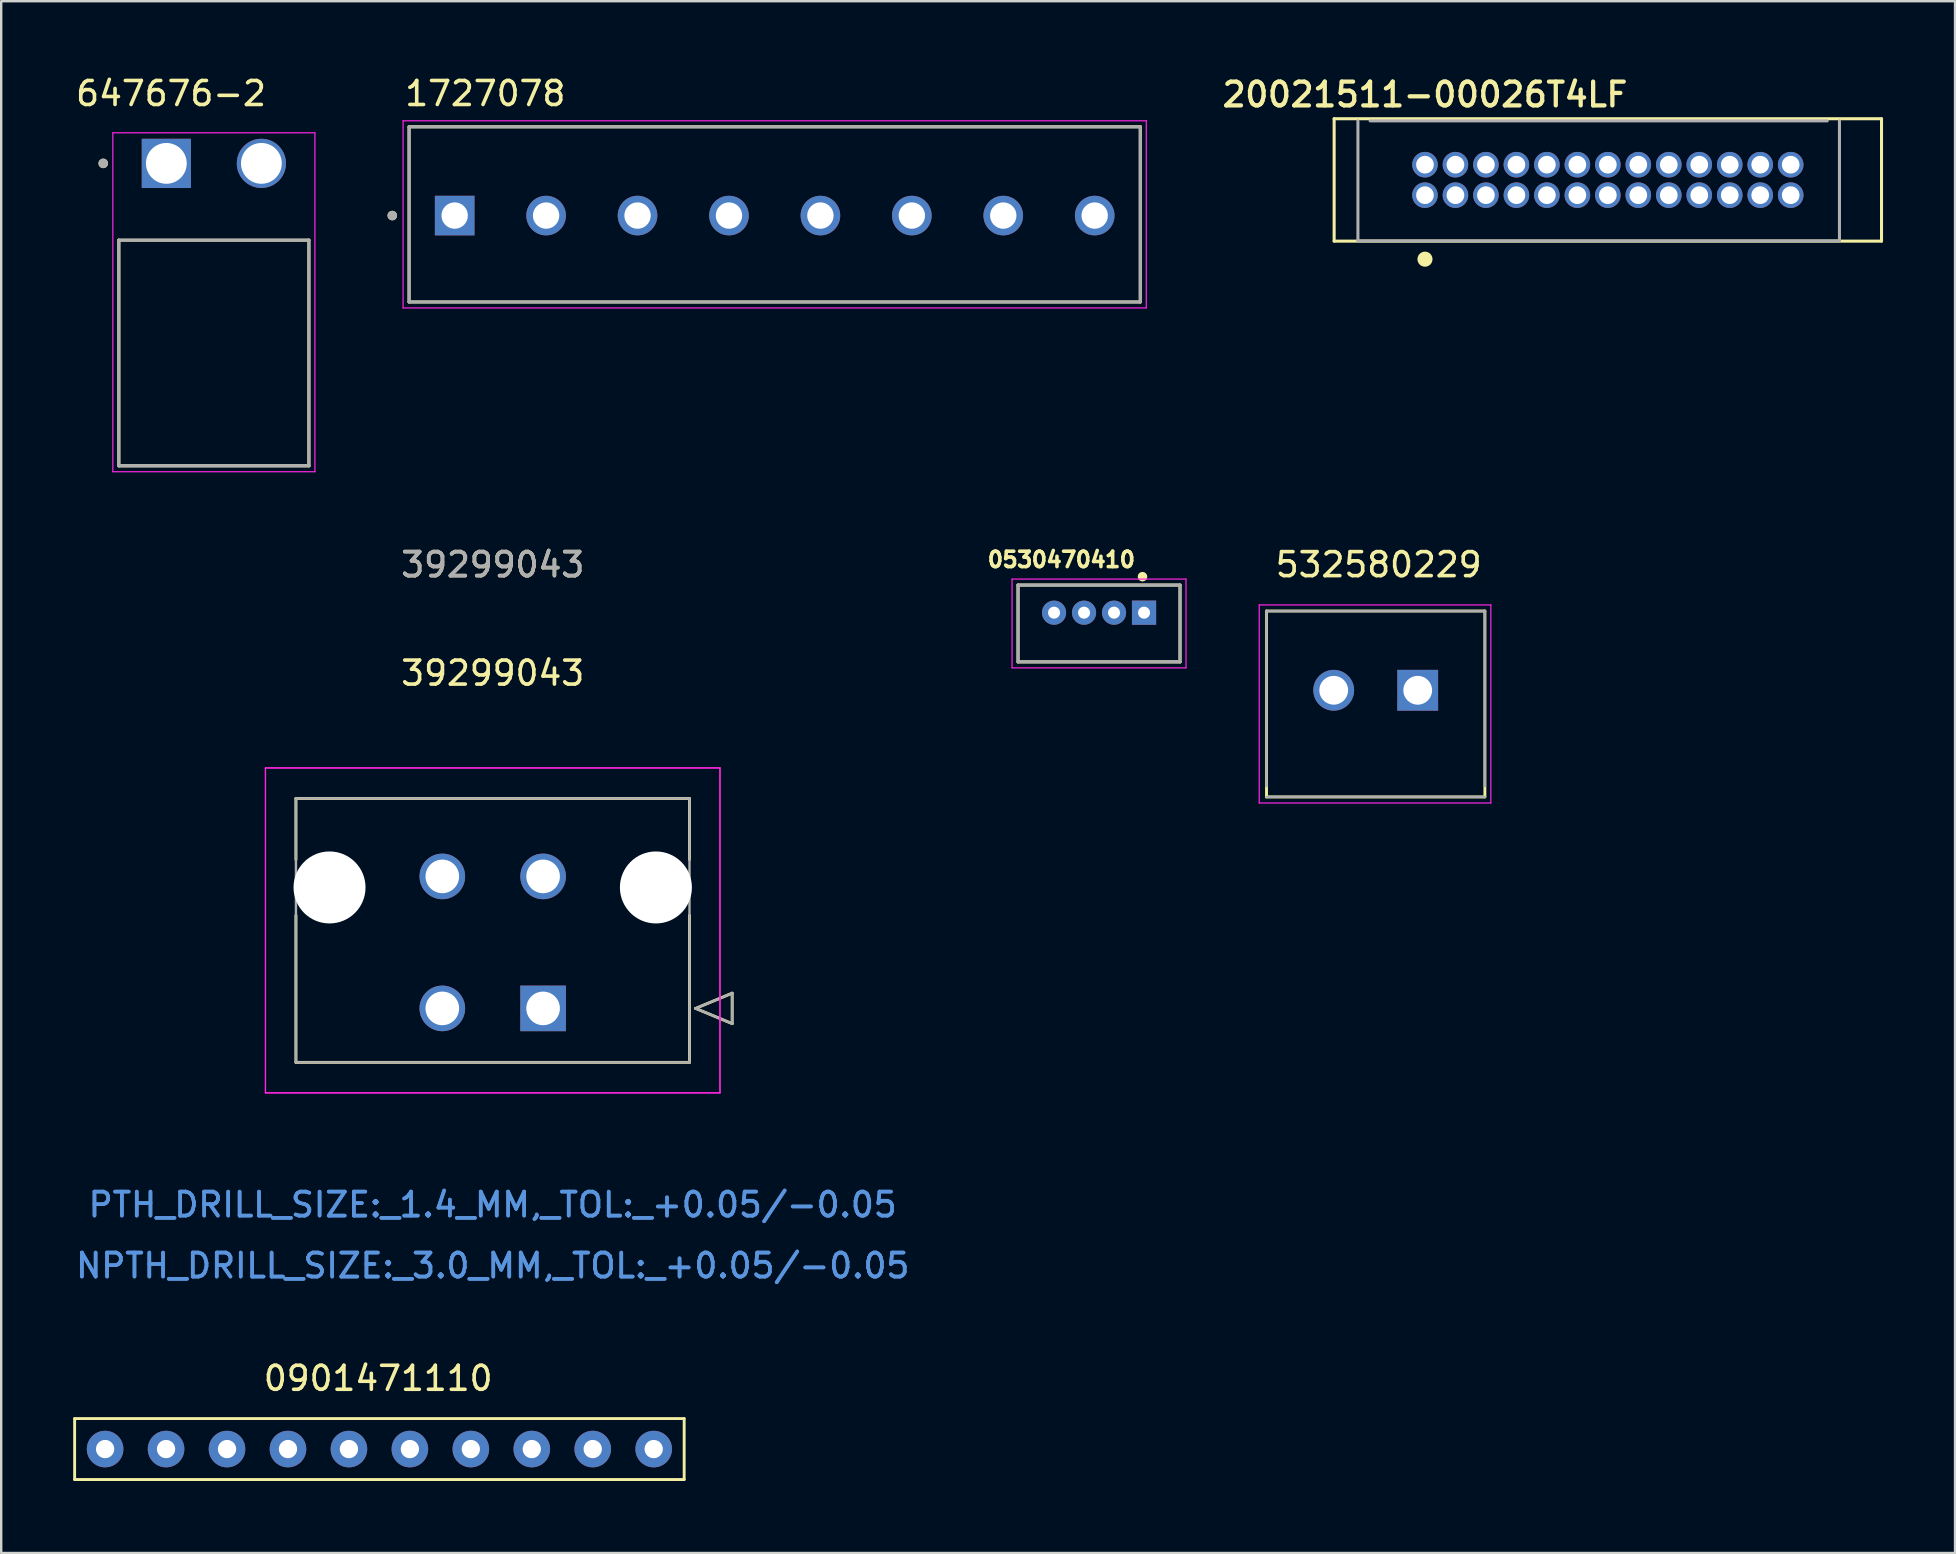
<source format=kicad_pcb>
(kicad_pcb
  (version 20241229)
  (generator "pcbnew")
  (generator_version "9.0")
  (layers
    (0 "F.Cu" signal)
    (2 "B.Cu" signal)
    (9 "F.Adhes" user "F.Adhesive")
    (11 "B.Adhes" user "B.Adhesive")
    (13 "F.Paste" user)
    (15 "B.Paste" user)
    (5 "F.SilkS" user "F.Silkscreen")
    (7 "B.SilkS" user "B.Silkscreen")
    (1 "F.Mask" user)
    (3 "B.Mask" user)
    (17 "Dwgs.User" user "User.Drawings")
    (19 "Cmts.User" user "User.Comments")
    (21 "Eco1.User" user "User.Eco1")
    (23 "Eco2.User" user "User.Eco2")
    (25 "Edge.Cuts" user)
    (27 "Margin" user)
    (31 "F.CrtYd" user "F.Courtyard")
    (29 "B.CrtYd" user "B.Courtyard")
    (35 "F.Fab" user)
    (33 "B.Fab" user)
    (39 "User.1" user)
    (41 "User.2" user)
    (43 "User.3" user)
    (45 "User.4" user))
  (footprint "20021511-00026T4LF"
    (layer "F.Cu")
    (at 63.95 4.448)
    (property "Reference" "20021511-00026T4LF" (at -7.62 -3.556 0) (layer "F.SilkS") (effects (font (size 0.991 0.991) (thickness 0.178))))
    (attr through_hole)
    (fp_line (start -11.405 -2.55) (end 11.405 -2.55) (stroke (width 0.127) (type solid)) (layer "F.SilkS"))
    (fp_line (start -11.405 2.55) (end -11.405 -2.55) (stroke (width 0.127) (type solid)) (layer "F.SilkS"))
    (fp_line (start 11.405 -2.55) (end 11.405 2.55) (stroke (width 0.127) (type solid)) (layer "F.SilkS"))
    (fp_line (start 11.405 2.55) (end -11.405 2.55) (stroke (width 0.127) (type solid)) (layer "F.SilkS"))
    (fp_circle (center -7.62 3.302) (end -7.366 3.302) (stroke (width 0.12) (type solid)) (fill yes) (layer "F.SilkS"))
    (fp_line (start -10.414 2.54) (end -10.414 -2.46) (stroke (width 0.127) (type solid)) (layer "F.Fab"))
    (fp_line (start -9.906 -2.46) (end 9.144 -2.46) (stroke (width 0.127) (type solid)) (layer "F.Fab"))
    (fp_line (start 9.652 -2.46) (end 9.652 2.54) (stroke (width 0.127) (type solid)) (layer "F.Fab"))
    (fp_line (start 9.652 2.54) (end -10.414 2.54) (stroke (width 0.127) (type solid)) (layer "F.Fab"))
    (pad "1" thru_hole circle (at -7.62 0.635) (size 1.067 1.067) (drill 0.737) (layers "*.Cu" "*.Mask"))
    (pad "2" thru_hole circle (at -7.62 -0.635) (size 1.067 1.067) (drill 0.737) (layers "*.Cu" "*.Mask"))
    (pad "3" thru_hole circle (at -6.35 0.635) (size 1.067 1.067) (drill 0.737) (layers "*.Cu" "*.Mask"))
    (pad "4" thru_hole circle (at -6.35 -0.635) (size 1.067 1.067) (drill 0.737) (layers "*.Cu" "*.Mask"))
    (pad "5" thru_hole circle (at -5.08 0.635) (size 1.067 1.067) (drill 0.737) (layers "*.Cu" "*.Mask"))
    (pad "6" thru_hole circle (at -5.08 -0.635) (size 1.067 1.067) (drill 0.737) (layers "*.Cu" "*.Mask"))
    (pad "7" thru_hole circle (at -3.81 0.635) (size 1.067 1.067) (drill 0.737) (layers "*.Cu" "*.Mask"))
    (pad "8" thru_hole circle (at -3.81 -0.635) (size 1.067 1.067) (drill 0.737) (layers "*.Cu" "*.Mask"))
    (pad "9" thru_hole circle (at -2.54 0.635) (size 1.067 1.067) (drill 0.737) (layers "*.Cu" "*.Mask"))
    (pad "10" thru_hole circle (at -2.54 -0.635) (size 1.067 1.067) (drill 0.737) (layers "*.Cu" "*.Mask"))
    (pad "11" thru_hole circle (at -1.27 0.635) (size 1.067 1.067) (drill 0.737) (layers "*.Cu" "*.Mask"))
    (pad "12" thru_hole circle (at -1.27 -0.635) (size 1.067 1.067) (drill 0.737) (layers "*.Cu" "*.Mask"))
    (pad "13" thru_hole circle (at 0 0.635) (size 1.067 1.067) (drill 0.737) (layers "*.Cu" "*.Mask"))
    (pad "14" thru_hole circle (at 0 -0.635) (size 1.067 1.067) (drill 0.737) (layers "*.Cu" "*.Mask"))
    (pad "15" thru_hole circle (at 1.27 0.635) (size 1.067 1.067) (drill 0.737) (layers "*.Cu" "*.Mask"))
    (pad "16" thru_hole circle (at 1.27 -0.635) (size 1.067 1.067) (drill 0.737) (layers "*.Cu" "*.Mask"))
    (pad "17" thru_hole circle (at 2.54 0.635) (size 1.067 1.067) (drill 0.737) (layers "*.Cu" "*.Mask"))
    (pad "18" thru_hole circle (at 2.54 -0.635) (size 1.067 1.067) (drill 0.737) (layers "*.Cu" "*.Mask"))
    (pad "19" thru_hole circle (at 3.81 0.635) (size 1.067 1.067) (drill 0.737) (layers "*.Cu" "*.Mask"))
    (pad "20" thru_hole circle (at 3.81 -0.635) (size 1.067 1.067) (drill 0.737) (layers "*.Cu" "*.Mask"))
    (pad "21" thru_hole circle (at 5.08 0.635) (size 1.067 1.067) (drill 0.737) (layers "*.Cu" "*.Mask"))
    (pad "22" thru_hole circle (at 5.08 -0.635) (size 1.067 1.067) (drill 0.737) (layers "*.Cu" "*.Mask"))
    (pad "23" thru_hole circle (at 6.35 0.635) (size 1.067 1.067) (drill 0.737) (layers "*.Cu" "*.Mask"))
    (pad "24" thru_hole circle (at 6.35 -0.635) (size 1.067 1.067) (drill 0.737) (layers "*.Cu" "*.Mask"))
    (pad "25" thru_hole circle (at 7.62 0.635) (size 1.067 1.067) (drill 0.737) (layers "*.Cu" "*.Mask"))
    (pad "26" thru_hole circle (at 7.62 -0.635) (size 1.067 1.067) (drill 0.737) (layers "*.Cu" "*.Mask")))
  (footprint "39299043"
    (layer "F.Cu")
    (at 19.582 38.971)
    (property "Reference" "39299043" (at -2.1 -13.97 0) (layer "F.SilkS") (effects (font (size 1 1) (thickness 0.15))))
    (attr through_hole)
    (fp_line (start -10.3 -8.75) (end -10.3 -6.203) (stroke (width 0.12) (type solid)) (layer "F.SilkS"))
    (fp_line (start -10.3 -3.877) (end -10.3 2.25) (stroke (width 0.12) (type solid)) (layer "F.SilkS"))
    (fp_line (start -10.3 2.25) (end 6.1 2.25) (stroke (width 0.12) (type solid)) (layer "F.SilkS"))
    (fp_line (start 6.1 -8.75) (end -10.3 -8.75) (stroke (width 0.12) (type solid)) (layer "F.SilkS"))
    (fp_line (start 6.1 -6.203) (end 6.1 -8.75) (stroke (width 0.12) (type solid)) (layer "F.SilkS"))
    (fp_line (start 6.1 2.25) (end 6.1 -3.877) (stroke (width 0.12) (type solid)) (layer "F.SilkS"))
    (fp_line (start 6.354 0) (end 7.878 -0.635) (stroke (width 0.12) (type solid)) (layer "F.SilkS"))
    (fp_line (start 7.878 -0.635) (end 7.878 0.635) (stroke (width 0.12) (type solid)) (layer "F.SilkS"))
    (fp_line (start 7.878 0.635) (end 6.354 0) (stroke (width 0.12) (type solid)) (layer "F.SilkS"))
    (fp_line (start -11.57 -10.02) (end -11.57 3.52) (stroke (width 0.05) (type solid)) (layer "F.CrtYd"))
    (fp_line (start -11.57 -10.02) (end -11.57 3.52) (stroke (width 0.05) (type solid)) (layer "F.CrtYd"))
    (fp_line (start -11.57 3.52) (end 7.37 3.52) (stroke (width 0.05) (type solid)) (layer "F.CrtYd"))
    (fp_line (start -11.57 3.52) (end 7.37 3.52) (stroke (width 0.05) (type solid)) (layer "F.CrtYd"))
    (fp_line (start 7.37 -10.02) (end -11.57 -10.02) (stroke (width 0.05) (type solid)) (layer "F.CrtYd"))
    (fp_line (start 7.37 -10.02) (end -11.57 -10.02) (stroke (width 0.05) (type solid)) (layer "F.CrtYd"))
    (fp_line (start 7.37 3.52) (end 7.37 -10.02) (stroke (width 0.05) (type solid)) (layer "F.CrtYd"))
    (fp_line (start 7.37 3.52) (end 7.37 -10.02) (stroke (width 0.05) (type solid)) (layer "F.CrtYd"))
    (fp_line (start -10.3 -8.75) (end -10.3 2.25) (stroke (width 0.1) (type solid)) (layer "F.Fab"))
    (fp_line (start -10.3 2.25) (end 6.1 2.25) (stroke (width 0.1) (type solid)) (layer "F.Fab"))
    (fp_line (start 6.1 -8.75) (end -10.3 -8.75) (stroke (width 0.1) (type solid)) (layer "F.Fab"))
    (fp_line (start 6.1 2.25) (end 6.1 -8.75) (stroke (width 0.1) (type solid)) (layer "F.Fab"))
    (fp_line (start 6.354 0) (end 7.878 -0.635) (stroke (width 0.1) (type solid)) (layer "F.Fab"))
    (fp_line (start 7.878 -0.635) (end 7.878 0.635) (stroke (width 0.1) (type solid)) (layer "F.Fab"))
    (fp_line (start 7.878 0.635) (end 6.354 0) (stroke (width 0.1) (type solid)) (layer "F.Fab"))
    (fp_text user "39299043" (at -2.1 -18.49 0) (layer "F.SilkS") (effects (font (size 1 1) (thickness 0.15))))
    (fp_text user "*" (at 0 0 0) (layer "F.SilkS") (effects (font (size 1 1) (thickness 0.15))))
    (fp_text user "NPTH_DRILL_SIZE:_3.0_MM,_TOL:_+0.05/-0.05" (at -2.1 10.72 0) (layer "Cmts.User") (effects (font (size 1 1) (thickness 0.15))))
    (fp_text user "PTH_DRILL_SIZE:_1.4_MM,_TOL:_+0.05/-0.05" (at -2.1 8.18 0) (layer "Cmts.User") (effects (font (size 1 1) (thickness 0.15))))
    (fp_text user "PTH_DRILL_SIZE:_1.4_MM,_TOL:_+0.05/-0.05" (at -2.1 8.18 0) (layer "Cmts.User") (effects (font (size 1 1) (thickness 0.15))))
    (fp_text user "Copyright 2021 Accelerated Designs. All rights reserved." (at 0 0 0) (layer "Cmts.User") (effects (font (size 0.127 0.127) (thickness 0.002))))
    (fp_text user "NPTH_DRILL_SIZE:_3.0_MM,_TOL:_+0.05/-0.05" (at -2.1 10.72 0) (layer "Cmts.User") (effects (font (size 1 1) (thickness 0.15))))
    (fp_text user "*" (at 0 0 0) (layer "F.Fab") (effects (font (size 1 1) (thickness 0.15))))
    (fp_text user "39299043" (at -2.1 -18.49 0) (layer "F.Fab") (effects (font (size 1 1) (thickness 0.15))))
    (pad "" np_thru_hole circle (at -8.9 -5.04) (size 3 3) (drill 3) (layers "*.Cu" "*.Mask"))
    (pad "" np_thru_hole circle (at 4.7 -5.04) (size 3 3) (drill 3) (layers "*.Cu" "*.Mask"))
    (pad "1" thru_hole rect (at 0 0) (size 1.9 1.9) (drill 1.4) (layers "*.Cu" "*.Mask"))
    (pad "2" thru_hole circle (at -4.2 0) (size 1.9 1.9) (drill 1.4) (layers "*.Cu" "*.Mask"))
    (pad "3" thru_hole circle (at 0 -5.5) (size 1.9 1.9) (drill 1.4) (layers "*.Cu" "*.Mask"))
    (pad "4" thru_hole circle (at -4.2 -5.5) (size 1.9 1.9) (drill 1.4) (layers "*.Cu" "*.Mask")))
  (footprint "532580229"
    (layer "F.Cu")
    (at 56.027 25.714)
    (property "Reference" "532580229" (at -1.626 -5.232 0) (layer "F.SilkS") (effects (font (size 1 1) (thickness 0.15))))
    (attr through_hole)
    (fp_line (start -6.3 -3.302) (end -6.3 4.445) (stroke (width 0.12) (type solid)) (layer "F.SilkS"))
    (fp_line (start -6.3 4.445) (end 2.8 4.445) (stroke (width 0.12) (type solid)) (layer "F.SilkS"))
    (fp_line (start 2.8 -3.302) (end -6.3 -3.302) (stroke (width 0.12) (type solid)) (layer "F.SilkS"))
    (fp_line (start 2.8 4.445) (end 2.8 -3.302) (stroke (width 0.12) (type solid)) (layer "F.SilkS"))
    (fp_line (start -6.604 -3.556) (end -6.604 4.699) (stroke (width 0.05) (type solid)) (layer "F.CrtYd"))
    (fp_line (start -6.604 4.699) (end 3.048 4.699) (stroke (width 0.05) (type solid)) (layer "F.CrtYd"))
    (fp_line (start 3.048 -3.556) (end -6.604 -3.556) (stroke (width 0.05) (type solid)) (layer "F.CrtYd"))
    (fp_line (start 3.048 4.699) (end 3.048 -3.556) (stroke (width 0.05) (type solid)) (layer "F.CrtYd"))
    (fp_line (start -6.3 -3.302) (end -6.3 3.99) (stroke (width 0.1) (type solid)) (layer "F.Fab"))
    (fp_line (start -6.3 4.445) (end 2.8 4.445) (stroke (width 0.1) (type solid)) (layer "F.Fab"))
    (fp_line (start 2.8 -3.302) (end -6.3 -3.302) (stroke (width 0.1) (type solid)) (layer "F.Fab"))
    (fp_line (start 2.8 3.99) (end 2.8 -3.302) (stroke (width 0.1) (type solid)) (layer "F.Fab"))
    (pad "1" thru_hole rect (at 0 0) (size 1.7 1.7) (drill 1.2) (layers "*.Cu" "*.Mask"))
    (pad "2" thru_hole circle (at -3.5 0) (size 1.7 1.7) (drill 1.2) (layers "*.Cu" "*.Mask")))
  (footprint "1727078"
    (layer "F.Cu")
    (at 29.232 5.933)
    (property "Reference" "1727078" (at -12.06 -5.085 0) (layer "F.SilkS") (effects (font (size 1 1) (thickness 0.15))))
    (attr through_hole)
    (fp_line (start -15.235 -3.7) (end 15.235 -3.7) (stroke (width 0.127) (type solid)) (layer "F.SilkS"))
    (fp_line (start -15.235 3.6) (end -15.235 -3.7) (stroke (width 0.127) (type solid)) (layer "F.SilkS"))
    (fp_line (start 15.235 -3.7) (end 15.235 3.6) (stroke (width 0.127) (type solid)) (layer "F.SilkS"))
    (fp_line (start 15.235 3.6) (end -15.235 3.6) (stroke (width 0.127) (type solid)) (layer "F.SilkS"))
    (fp_circle (center -15.935 0) (end -15.835 0) (stroke (width 0.2) (type solid)) (fill no) (layer "F.SilkS"))
    (fp_line (start -15.485 -3.95) (end 15.485 -3.95) (stroke (width 0.05) (type solid)) (layer "F.CrtYd"))
    (fp_line (start -15.485 3.85) (end -15.485 -3.95) (stroke (width 0.05) (type solid)) (layer "F.CrtYd"))
    (fp_line (start 15.485 -3.95) (end 15.485 3.85) (stroke (width 0.05) (type solid)) (layer "F.CrtYd"))
    (fp_line (start 15.485 3.85) (end -15.485 3.85) (stroke (width 0.05) (type solid)) (layer "F.CrtYd"))
    (fp_line (start -15.235 -3.7) (end 15.235 -3.7) (stroke (width 0.127) (type solid)) (layer "F.Fab"))
    (fp_line (start -15.235 3.6) (end -15.235 -3.7) (stroke (width 0.127) (type solid)) (layer "F.Fab"))
    (fp_line (start 15.235 -3.7) (end 15.235 3.6) (stroke (width 0.127) (type solid)) (layer "F.Fab"))
    (fp_line (start 15.235 3.6) (end -15.235 3.6) (stroke (width 0.127) (type solid)) (layer "F.Fab"))
    (fp_circle (center -15.935 0) (end -15.835 0) (stroke (width 0.2) (type solid)) (fill no) (layer "F.Fab"))
    (pad "1" thru_hole rect (at -13.335 0) (size 1.65 1.65) (drill 1.1) (layers "*.Cu" "*.Mask"))
    (pad "2" thru_hole circle (at -9.525 0) (size 1.65 1.65) (drill 1.1) (layers "*.Cu" "*.Mask"))
    (pad "3" thru_hole circle (at -5.715 0) (size 1.65 1.65) (drill 1.1) (layers "*.Cu" "*.Mask"))
    (pad "4" thru_hole circle (at -1.905 0) (size 1.65 1.65) (drill 1.1) (layers "*.Cu" "*.Mask"))
    (pad "5" thru_hole circle (at 1.905 0) (size 1.65 1.65) (drill 1.1) (layers "*.Cu" "*.Mask"))
    (pad "6" thru_hole circle (at 5.715 0) (size 1.65 1.65) (drill 1.1) (layers "*.Cu" "*.Mask"))
    (pad "7" thru_hole circle (at 9.525 0) (size 1.65 1.65) (drill 1.1) (layers "*.Cu" "*.Mask"))
    (pad "8" thru_hole circle (at 13.335 0) (size 1.65 1.65) (drill 1.1) (layers "*.Cu" "*.Mask")))
  (footprint "647676-2"
    (layer "F.Cu")
    (at 3.882 3.758)
    (property "Reference" "647676-2" (at 0.195 -2.91 0) (layer "F.SilkS") (effects (font (size 1 1) (thickness 0.15))))
    (attr through_hole)
    (fp_line (start -1.98 12.6) (end -1.98 3.2) (stroke (width 0.127) (type solid)) (layer "F.SilkS"))
    (fp_line (start 5.94 3.2) (end -1.98 3.2) (stroke (width 0.127) (type solid)) (layer "F.SilkS"))
    (fp_line (start 5.94 3.2) (end 5.94 12.6) (stroke (width 0.127) (type solid)) (layer "F.SilkS"))
    (fp_line (start 5.94 12.6) (end -1.98 12.6) (stroke (width 0.127) (type solid)) (layer "F.SilkS"))
    (fp_circle (center -2.63 0) (end -2.53 0) (stroke (width 0.2) (type solid)) (fill no) (layer "F.SilkS"))
    (fp_line (start -2.23 -1.275) (end 6.19 -1.275) (stroke (width 0.05) (type solid)) (layer "F.CrtYd"))
    (fp_line (start -2.23 12.85) (end -2.23 -1.275) (stroke (width 0.05) (type solid)) (layer "F.CrtYd"))
    (fp_line (start 6.19 -1.275) (end 6.19 12.85) (stroke (width 0.05) (type solid)) (layer "F.CrtYd"))
    (fp_line (start 6.19 12.85) (end -2.23 12.85) (stroke (width 0.05) (type solid)) (layer "F.CrtYd"))
    (fp_line (start -1.98 3.2) (end 5.94 3.2) (stroke (width 0.127) (type solid)) (layer "F.Fab"))
    (fp_line (start -1.98 12.6) (end -1.98 3.2) (stroke (width 0.127) (type solid)) (layer "F.Fab"))
    (fp_line (start -1.98 12.6) (end -1.98 12.6) (stroke (width 0.127) (type solid)) (layer "F.Fab"))
    (fp_line (start -1.98 12.6) (end 5.94 12.6) (stroke (width 0.127) (type solid)) (layer "F.Fab"))
    (fp_line (start 5.94 3.2) (end 5.94 12.6) (stroke (width 0.127) (type solid)) (layer "F.Fab"))
    (fp_line (start 5.94 12.6) (end -1.98 12.6) (stroke (width 0.127) (type solid)) (layer "F.Fab"))
    (fp_line (start 5.94 12.6) (end 5.94 12.6) (stroke (width 0.127) (type solid)) (layer "F.Fab"))
    (fp_circle (center -2.63 0) (end -2.53 0) (stroke (width 0.2) (type solid)) (fill no) (layer "F.Fab"))
    (pad "1" thru_hole rect (at 0 0) (size 2.05 2.05) (drill 1.7) (layers "*.Cu" "*.Mask"))
    (pad "2" thru_hole circle (at 3.96 0) (size 2.05 2.05) (drill 1.7) (layers "*.Cu" "*.Mask")))
  (footprint "0530470410"
    (layer "F.Cu")
    (at 42.748 22.481)
    (property "Reference" "0530470410" (at -1.57 -2.21 0) (layer "F.SilkS") (effects (font (size 0.641 0.641) (thickness 0.15))))
    (attr through_hole)
    (fp_line (start -3.375 -1.15) (end 3.375 -1.15) (stroke (width 0.127) (type solid)) (layer "F.SilkS"))
    (fp_line (start -3.375 2.05) (end -3.375 -1.15) (stroke (width 0.127) (type solid)) (layer "F.SilkS"))
    (fp_line (start 3.375 -1.15) (end 3.375 2.05) (stroke (width 0.127) (type solid)) (layer "F.SilkS"))
    (fp_line (start 3.375 2.05) (end -3.375 2.05) (stroke (width 0.127) (type solid)) (layer "F.SilkS"))
    (fp_circle (center 1.811 -1.5) (end 1.911 -1.5) (stroke (width 0.2) (type solid)) (fill no) (layer "F.SilkS"))
    (fp_line (start -3.625 -1.4) (end 3.625 -1.4) (stroke (width 0.05) (type solid)) (layer "F.CrtYd"))
    (fp_line (start -3.625 2.3) (end -3.625 -1.4) (stroke (width 0.05) (type solid)) (layer "F.CrtYd"))
    (fp_line (start 3.625 -1.4) (end 3.625 2.3) (stroke (width 0.05) (type solid)) (layer "F.CrtYd"))
    (fp_line (start 3.625 2.3) (end -3.625 2.3) (stroke (width 0.05) (type solid)) (layer "F.CrtYd"))
    (fp_line (start -3.375 -1.15) (end 3.375 -1.15) (stroke (width 0.127) (type solid)) (layer "F.Fab"))
    (fp_line (start -3.375 2.05) (end -3.375 -1.15) (stroke (width 0.127) (type solid)) (layer "F.Fab"))
    (fp_line (start 3.375 -1.15) (end 3.375 2.05) (stroke (width 0.127) (type solid)) (layer "F.Fab"))
    (fp_line (start 3.375 2.05) (end -3.375 2.05) (stroke (width 0.127) (type solid)) (layer "F.Fab"))
    (pad "1" thru_hole rect (at 1.875 0) (size 1.008 1.008) (drill 0.5) (layers "*.Cu" "*.Mask"))
    (pad "2" thru_hole circle (at 0.625 0) (size 1.008 1.008) (drill 0.5) (layers "*.Cu" "*.Mask"))
    (pad "3" thru_hole circle (at -0.625 0) (size 1.008 1.008) (drill 0.5) (layers "*.Cu" "*.Mask"))
    (pad "4" thru_hole circle (at -1.875 0) (size 1.008 1.008) (drill 0.5) (layers "*.Cu" "*.Mask")))
  (footprint "0901471110"
    (layer "F.Cu")
    (at 12.76 57.334)
    (property "Reference" "0901471110" (at -0.051 -2.946 0) (layer "F.SilkS") (effects (font (size 1 1) (thickness 0.15))))
    (attr through_hole)
    (fp_line (start -12.7 -1.27) (end 12.7 -1.27) (stroke (width 0.12) (type solid)) (layer "F.SilkS"))
    (fp_line (start -12.7 1.27) (end -12.7 -1.27) (stroke (width 0.12) (type solid)) (layer "F.SilkS"))
    (fp_line (start -12.7 1.27) (end 12.7 1.27) (stroke (width 0.12) (type solid)) (layer "F.SilkS"))
    (fp_line (start 12.7 -1.27) (end 12.7 1.27) (stroke (width 0.12) (type solid)) (layer "F.SilkS"))
    (pad "1" thru_hole circle (at -11.43 0) (size 1.524 1.524) (drill 0.762) (layers "*.Cu" "*.Mask"))
    (pad "2" thru_hole circle (at -8.89 0) (size 1.524 1.524) (drill 0.762) (layers "*.Cu" "*.Mask"))
    (pad "3" thru_hole circle (at -6.35 0) (size 1.524 1.524) (drill 0.762) (layers "*.Cu" "*.Mask"))
    (pad "4" thru_hole circle (at -3.81 0) (size 1.524 1.524) (drill 0.762) (layers "*.Cu" "*.Mask"))
    (pad "5" thru_hole circle (at -1.27 0) (size 1.524 1.524) (drill 0.762) (layers "*.Cu" "*.Mask"))
    (pad "6" thru_hole circle (at 1.27 0) (size 1.524 1.524) (drill 0.762) (layers "*.Cu" "*.Mask"))
    (pad "7" thru_hole circle (at 3.81 0) (size 1.524 1.524) (drill 0.762) (layers "*.Cu" "*.Mask"))
    (pad "8" thru_hole circle (at 6.35 0) (size 1.524 1.524) (drill 0.762) (layers "*.Cu" "*.Mask"))
    (pad "9" thru_hole circle (at 8.89 0) (size 1.524 1.524) (drill 0.762) (layers "*.Cu" "*.Mask"))
    (pad "10" thru_hole circle (at 11.43 0) (size 1.524 1.524) (drill 0.762) (layers "*.Cu" "*.Mask")))
  (gr_rect
    (start -3 -3)
    (end 78.419 61.664)
    (stroke (width 0.1) (type default))
    (fill no)
    (layer "Edge.Cuts")))
</source>
